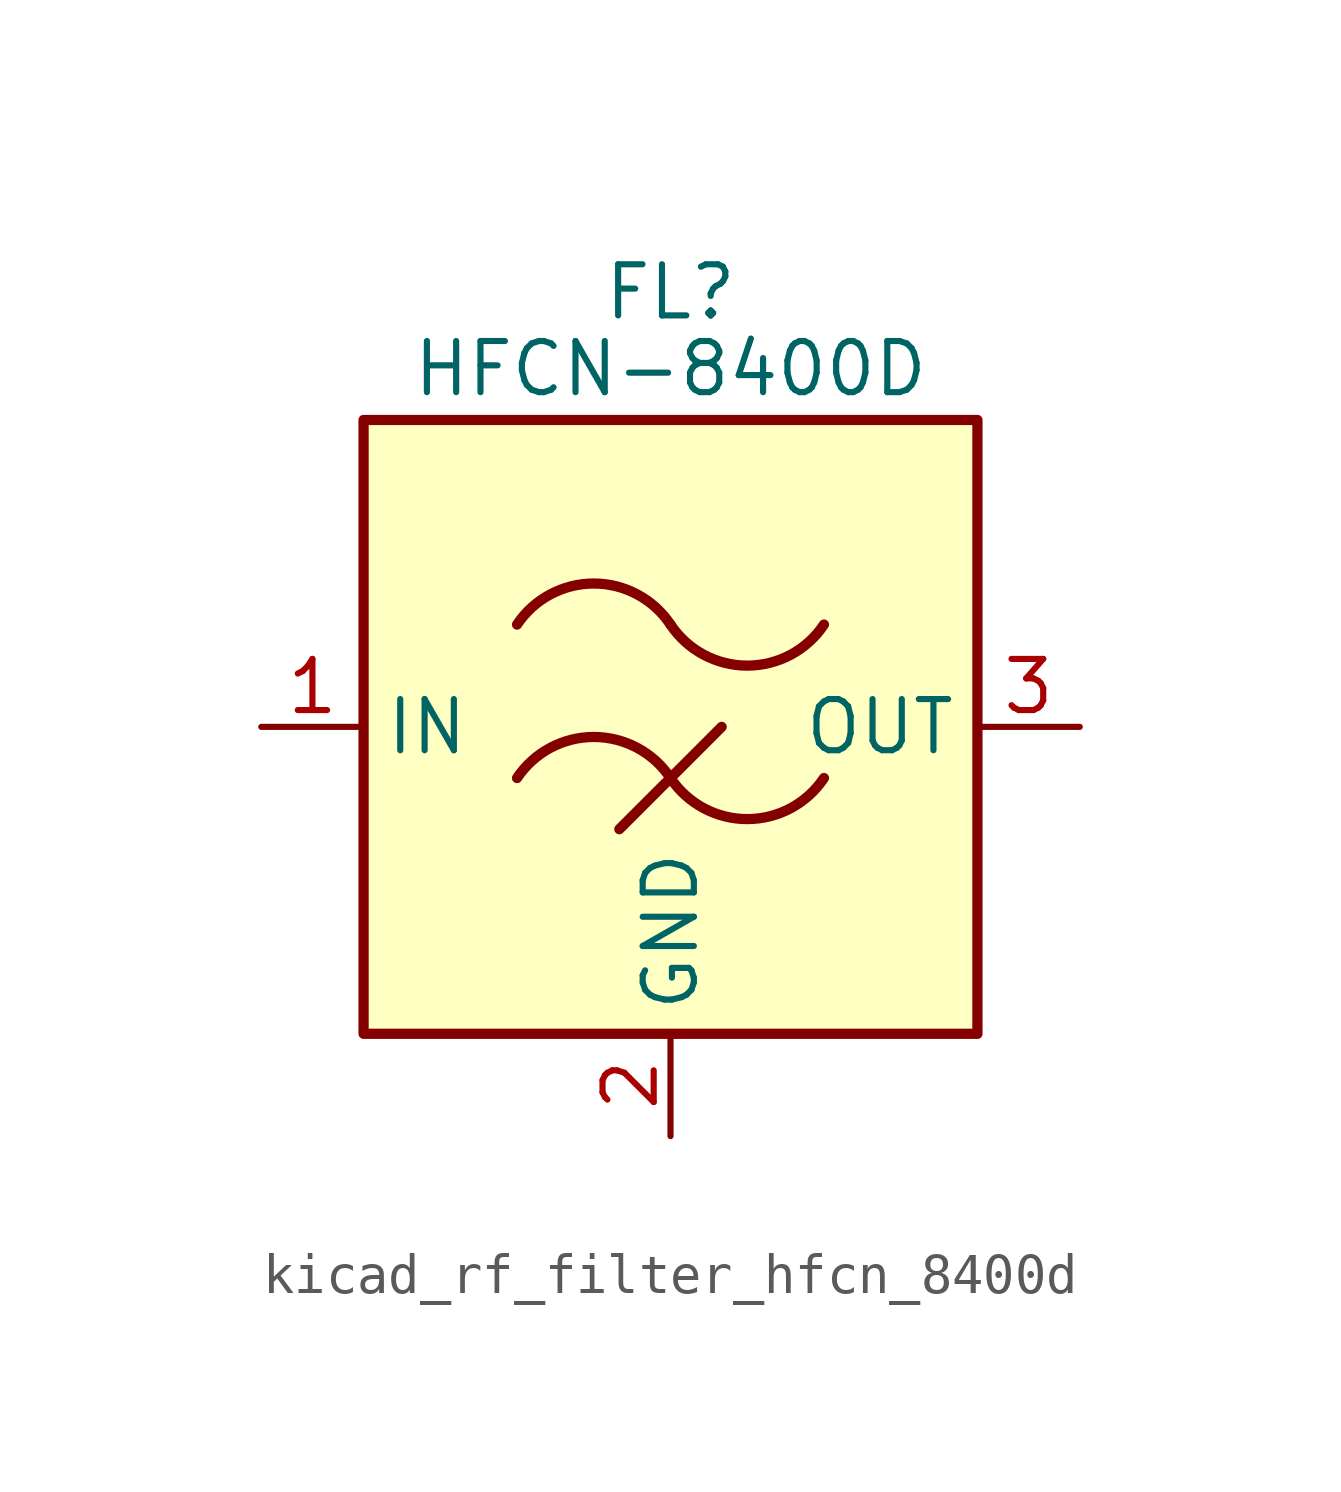
<source format=kicad_sym>
(kicad_symbol_lib
  (version 20220914)
  (generator kicad_symbol_editor)
  (symbol "kicad_rf_filter_hfcn_8400d"
    (property "Reference" "FL"
      (at 0 10.795 0)
      (effects (font (size 1.27 1.27))))
    (property "Value" "HFCN-8400D"
      (at 0 8.89 0)
      (effects (font (size 1.27 1.27))))
    (symbol "kicad_rf_filter_hfcn_8400d_0_1"
      (rectangle (start -7.62 7.62) (end 7.62 -7.62) (stroke (width 0.254) (type default)) (fill (type background)))
      (arc (start 0 -1.27) (mid -1.905 -0.2505) (end -3.81 -1.27) (stroke (width 0.254) (type default)) (fill (type none)))
      (arc (start 0 -1.27) (mid 1.905 -2.2895) (end 3.81 -1.27) (stroke (width 0.254) (type default)) (fill (type none)))
      (polyline (pts (xy -1.27 -2.54) (xy 1.27 0)) (stroke (width 0.254) (type default)) (fill (type none)))
      (arc (start 0 2.54) (mid -1.905 3.5595) (end -3.81 2.54) (stroke (width 0.254) (type default)) (fill (type none)))
      (arc (start 0 2.54) (mid 1.905 1.5205) (end 3.81 2.54) (stroke (width 0.254) (type default)) (fill (type none))))
    (symbol "kicad_rf_filter_hfcn_8400d_1_1"
      (pin passive line (at -10.16 0 0) (length 2.54) (name "IN" (effects (font (size 1.27 1.27)))) (number "1" (effects (font (size 1.27 1.27)))))
      (pin passive line (at 0 -10.16 90) (length 2.54) (name "GND" (effects (font (size 1.27 1.27)))) (number "2" (effects (font (size 1.27 1.27)))))
      (pin passive line (at 10.16 0 180) (length 2.54) (name "OUT" (effects (font (size 1.27 1.27)))) (number "3" (effects (font (size 1.27 1.27)))))
      (pin passive line (at 0 -10.16 90) (length 2.54) hide (name "GND" (effects (font (size 1.27 1.27)))) (number "4" (effects (font (size 1.27 1.27)))))
      (pin passive line (at 0 -10.16 90) (length 2.54) hide (name "GND" (effects (font (size 1.27 1.27)))) (number "5" (effects (font (size 1.27 1.27)))))
      (pin passive line (at 0 -10.16 90) (length 2.54) hide (name "GND" (effects (font (size 1.27 1.27)))) (number "6" (effects (font (size 1.27 1.27))))))))
</source>
